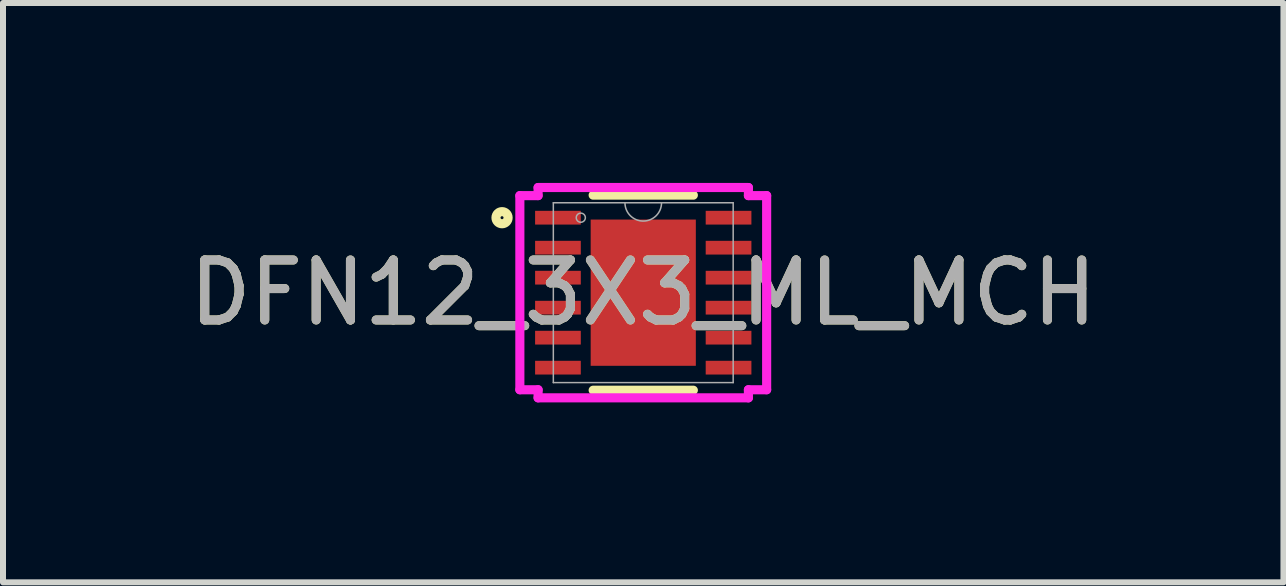
<source format=kicad_pcb>
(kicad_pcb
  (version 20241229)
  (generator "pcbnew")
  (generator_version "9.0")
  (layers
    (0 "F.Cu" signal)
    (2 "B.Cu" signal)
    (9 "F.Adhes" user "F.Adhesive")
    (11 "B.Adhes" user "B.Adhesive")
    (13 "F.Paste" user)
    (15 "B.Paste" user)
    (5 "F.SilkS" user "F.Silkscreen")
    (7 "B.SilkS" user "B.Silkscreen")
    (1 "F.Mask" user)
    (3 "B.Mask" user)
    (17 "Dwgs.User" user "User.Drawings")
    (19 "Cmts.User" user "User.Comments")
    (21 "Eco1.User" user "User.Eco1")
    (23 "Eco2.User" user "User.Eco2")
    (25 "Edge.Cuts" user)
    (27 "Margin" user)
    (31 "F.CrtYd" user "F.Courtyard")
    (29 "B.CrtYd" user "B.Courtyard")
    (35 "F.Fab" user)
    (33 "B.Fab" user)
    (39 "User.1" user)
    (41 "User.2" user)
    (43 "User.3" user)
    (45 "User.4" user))
  (footprint "DFN12_3X3_ML_MCH"
    (layer "F.Cu")
    (at 7.673 1.829)
    (property "Reference" "DFN12_3X3_ML_MCH" (at 0 0 0) (unlocked yes) (layer "F.SilkS") (effects (font (size 1 1) (thickness 0.15))))
    (attr smd)
    (fp_line (start -0.835 1.626) (end 0.835 1.626) (stroke (width 0.152) (type solid)) (layer "F.SilkS"))
    (fp_line (start 0.835 -1.626) (end -0.835 -1.626) (stroke (width 0.152) (type solid)) (layer "F.SilkS"))
    (fp_circle (center -2.354 -1.25) (end -2.253 -1.25) (stroke (width 0.152) (type solid)) (fill no) (layer "F.SilkS"))
    (fp_line (start -2.057 -1.618) (end -1.753 -1.618) (stroke (width 0.152) (type solid)) (layer "F.CrtYd"))
    (fp_line (start -2.057 1.618) (end -2.057 -1.618) (stroke (width 0.152) (type solid)) (layer "F.CrtYd"))
    (fp_line (start -2.057 1.618) (end -1.753 1.618) (stroke (width 0.152) (type solid)) (layer "F.CrtYd"))
    (fp_line (start -1.753 -1.753) (end 1.753 -1.753) (stroke (width 0.152) (type solid)) (layer "F.CrtYd"))
    (fp_line (start -1.753 -1.618) (end -1.753 -1.753) (stroke (width 0.152) (type solid)) (layer "F.CrtYd"))
    (fp_line (start -1.753 1.753) (end -1.753 1.618) (stroke (width 0.152) (type solid)) (layer "F.CrtYd"))
    (fp_line (start 1.753 -1.753) (end 1.753 -1.618) (stroke (width 0.152) (type solid)) (layer "F.CrtYd"))
    (fp_line (start 1.753 1.618) (end 1.753 1.753) (stroke (width 0.152) (type solid)) (layer "F.CrtYd"))
    (fp_line (start 1.753 1.753) (end -1.753 1.753) (stroke (width 0.152) (type solid)) (layer "F.CrtYd"))
    (fp_line (start 2.057 -1.618) (end 1.753 -1.618) (stroke (width 0.152) (type solid)) (layer "F.CrtYd"))
    (fp_line (start 2.057 -1.618) (end 2.057 1.618) (stroke (width 0.152) (type solid)) (layer "F.CrtYd"))
    (fp_line (start 2.057 1.618) (end 1.753 1.618) (stroke (width 0.152) (type solid)) (layer "F.CrtYd"))
    (fp_line (start -1.499 -1.499) (end -1.499 1.499) (stroke (width 0.025) (type solid)) (layer "F.Fab"))
    (fp_line (start -1.499 1.499) (end 1.499 1.499) (stroke (width 0.025) (type solid)) (layer "F.Fab"))
    (fp_line (start 1.499 -1.499) (end -1.499 -1.499) (stroke (width 0.025) (type solid)) (layer "F.Fab"))
    (fp_line (start 1.499 1.499) (end 1.499 -1.499) (stroke (width 0.025) (type solid)) (layer "F.Fab"))
    (fp_arc (start 0.3048 -1.4986) (mid 0 -1.1938) (end -0.3048 -1.4986) (stroke (width 0.0254) (type solid)) (layer "F.Fab"))
    (fp_circle (center -1.041 -1.25) (end -0.965 -1.25) (stroke (width 0.025) (type solid)) (fill no) (layer "F.Fab"))
    (fp_text user "${REFERENCE}" (at 0 0 0) (unlocked yes) (layer "F.Fab") (effects (font (size 1 1) (thickness 0.15))))
    (pad "1" smd rect (at -1.422 -1.25) (size 0.762 0.229) (layers "F.Cu" "F.Mask" "F.Paste"))
    (pad "2" smd rect (at -1.422 -0.75) (size 0.762 0.229) (layers "F.Cu" "F.Mask" "F.Paste"))
    (pad "3" smd rect (at -1.422 -0.25) (size 0.762 0.229) (layers "F.Cu" "F.Mask" "F.Paste"))
    (pad "4" smd rect (at -1.422 0.25) (size 0.762 0.229) (layers "F.Cu" "F.Mask" "F.Paste"))
    (pad "5" smd rect (at -1.422 0.75) (size 0.762 0.229) (layers "F.Cu" "F.Mask" "F.Paste"))
    (pad "6" smd rect (at -1.422 1.25) (size 0.762 0.229) (layers "F.Cu" "F.Mask" "F.Paste"))
    (pad "7" smd rect (at 1.422 1.25) (size 0.762 0.229) (layers "F.Cu" "F.Mask" "F.Paste"))
    (pad "8" smd rect (at 1.422 0.75) (size 0.762 0.229) (layers "F.Cu" "F.Mask" "F.Paste"))
    (pad "9" smd rect (at 1.422 0.25) (size 0.762 0.229) (layers "F.Cu" "F.Mask" "F.Paste"))
    (pad "10" smd rect (at 1.422 -0.25) (size 0.762 0.229) (layers "F.Cu" "F.Mask" "F.Paste"))
    (pad "11" smd rect (at 1.422 -0.75) (size 0.762 0.229) (layers "F.Cu" "F.Mask" "F.Paste"))
    (pad "12" smd rect (at 1.422 -1.25) (size 0.762 0.229) (layers "F.Cu" "F.Mask" "F.Paste"))
    (pad "13" smd rect (at 0 0) (size 1.753 2.438) (layers "F.Cu" "F.Mask" "F.Paste")))
  (gr_rect
    (start -3 -3)
    (end 18.345 6.658)
    (stroke (width 0.1) (type default))
    (fill no)
    (layer "Edge.Cuts")))
</source>
